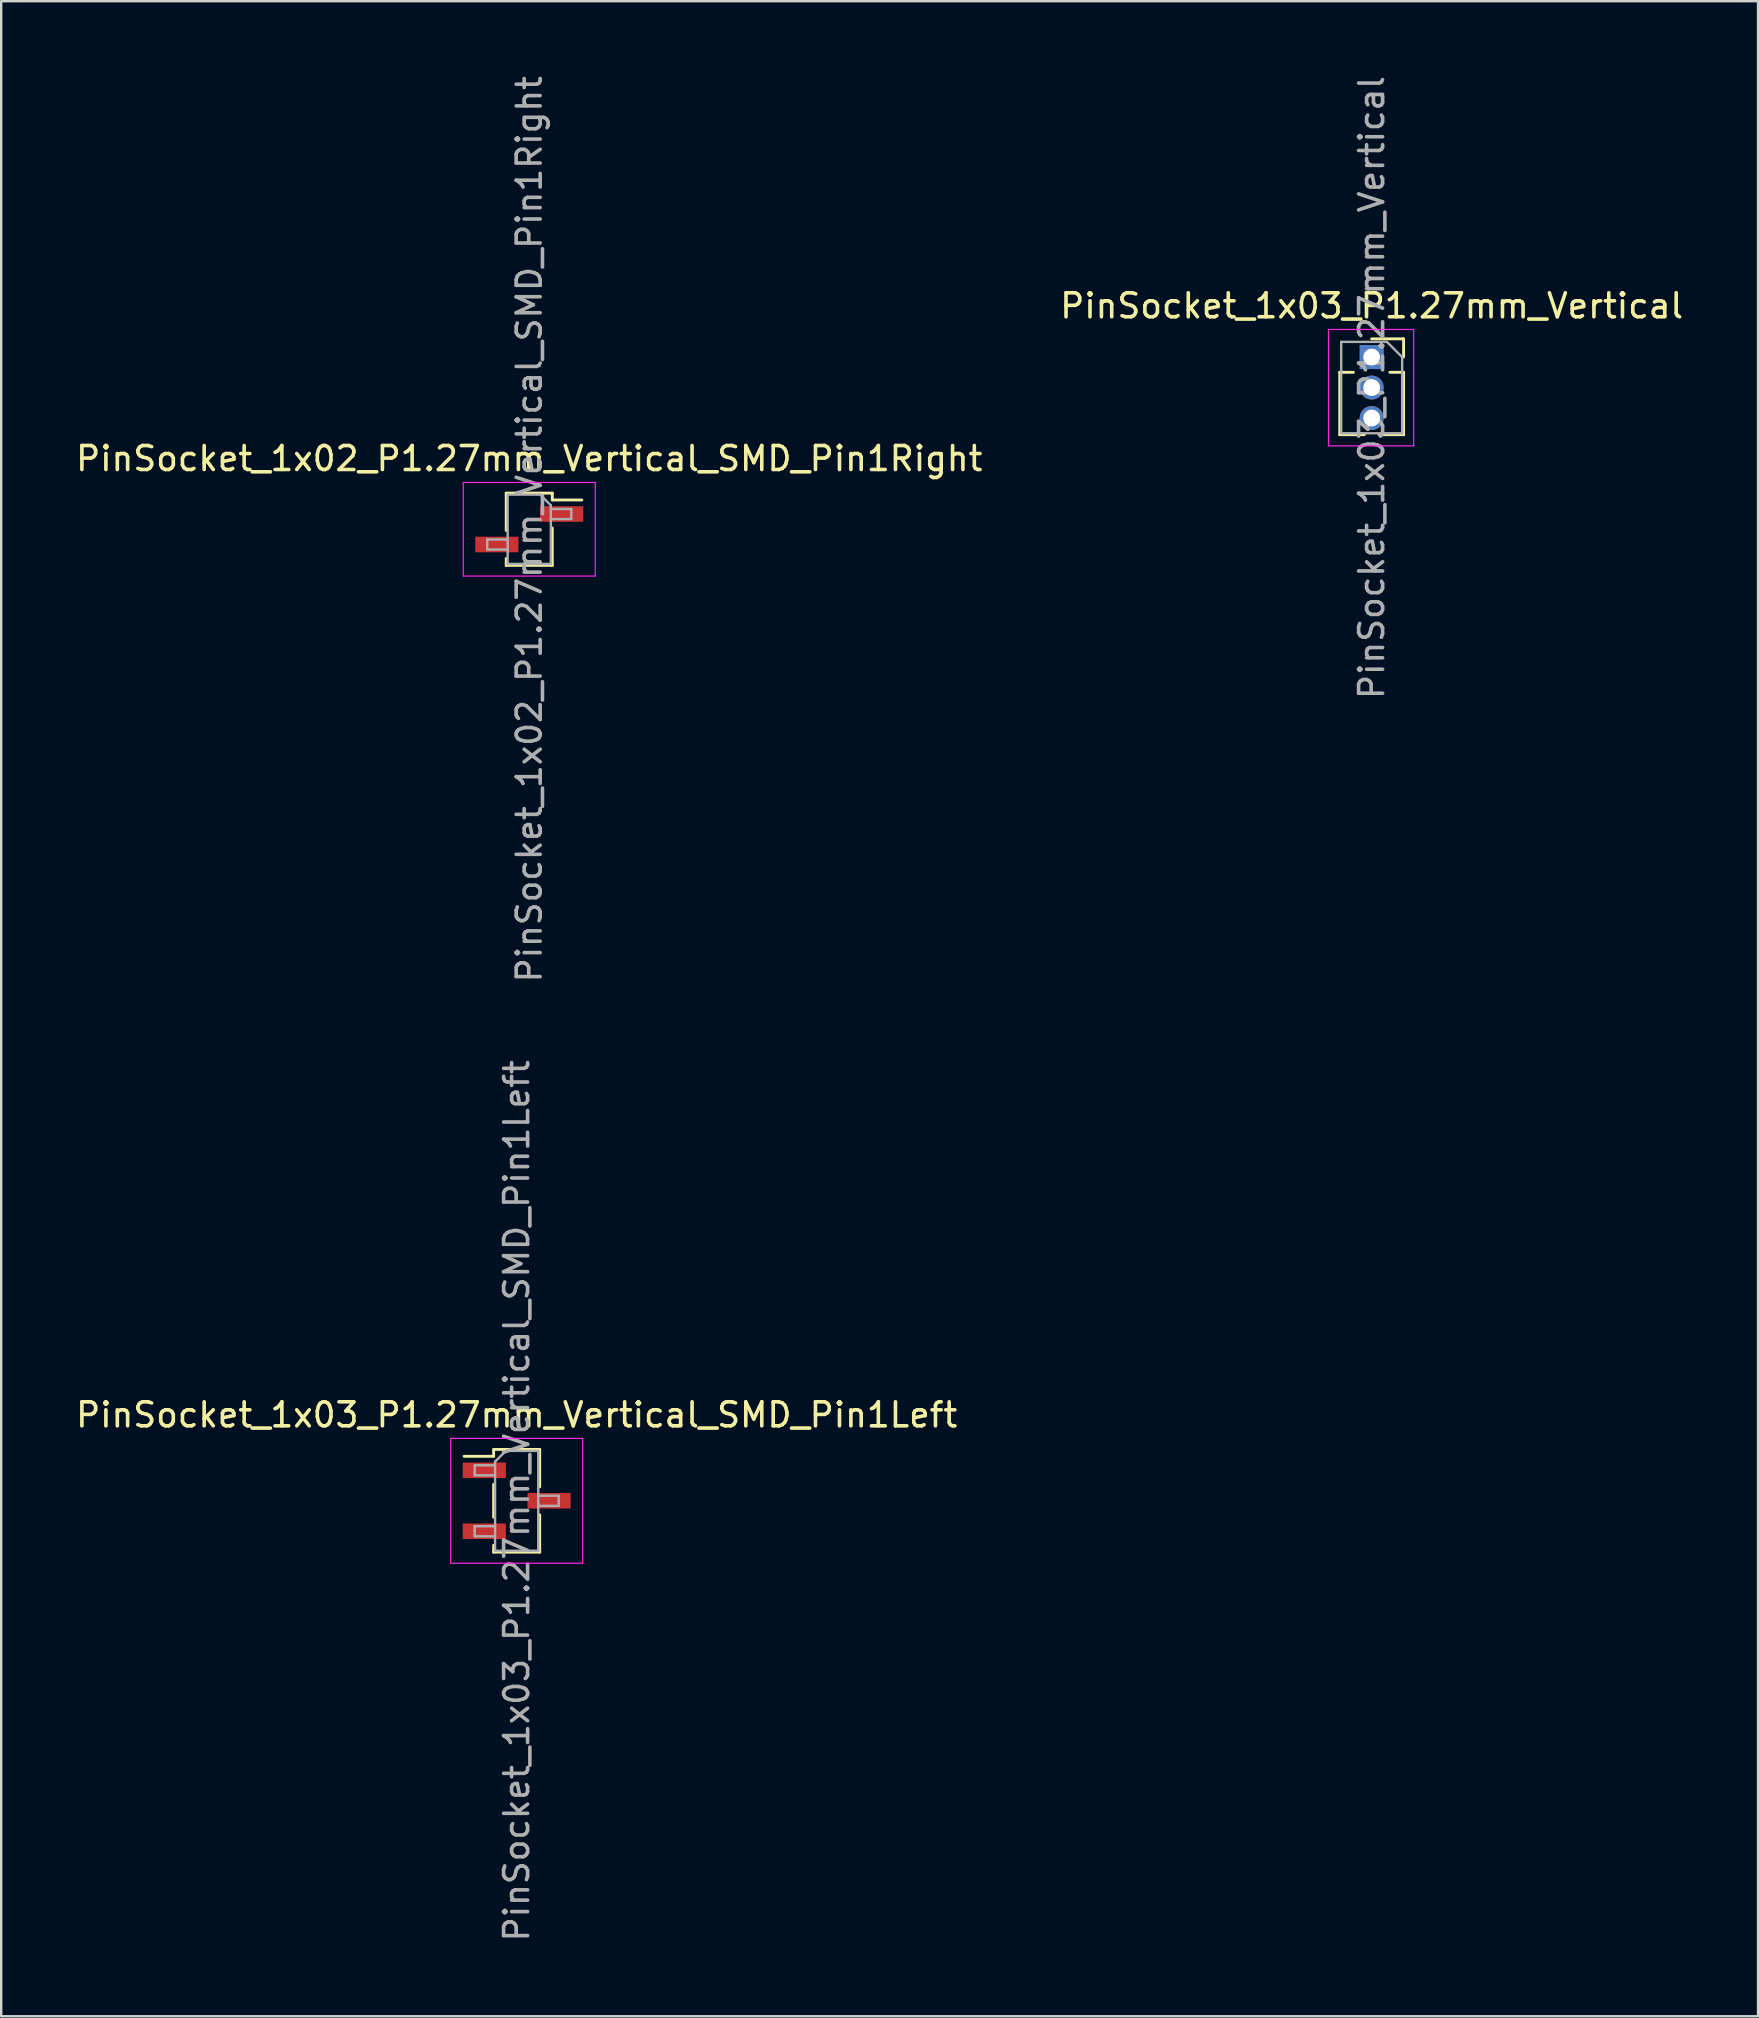
<source format=kicad_pcb>
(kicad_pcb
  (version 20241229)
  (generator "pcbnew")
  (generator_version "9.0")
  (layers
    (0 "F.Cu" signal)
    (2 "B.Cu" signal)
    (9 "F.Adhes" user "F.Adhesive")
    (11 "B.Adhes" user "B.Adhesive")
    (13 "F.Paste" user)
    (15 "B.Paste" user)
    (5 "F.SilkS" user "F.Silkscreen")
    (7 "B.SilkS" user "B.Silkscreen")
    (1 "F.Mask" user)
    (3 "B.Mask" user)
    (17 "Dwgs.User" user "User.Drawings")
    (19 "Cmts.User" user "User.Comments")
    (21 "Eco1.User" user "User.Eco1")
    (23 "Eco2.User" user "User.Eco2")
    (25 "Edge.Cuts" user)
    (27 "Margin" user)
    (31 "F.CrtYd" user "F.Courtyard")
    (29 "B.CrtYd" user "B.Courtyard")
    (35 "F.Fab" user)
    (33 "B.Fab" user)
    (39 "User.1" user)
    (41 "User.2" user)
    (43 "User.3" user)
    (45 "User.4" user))
  (footprint "PinSocket_1x03_P1.27mm_Vertical"
    (layer "F.Cu")
    (at 54.113 11.831)
    (property "Reference" "PinSocket_1x03_P1.27mm_Vertical" (at 0 -2.135 0) (layer "F.SilkS") (effects (font (size 1 1) (thickness 0.15))))
    (attr through_hole)
    (fp_line (start -1.33 0.635) (end -1.33 3.235) (stroke (width 0.12) (type solid)) (layer "F.SilkS"))
    (fp_line (start -1.33 0.635) (end -0.76 0.635) (stroke (width 0.12) (type solid)) (layer "F.SilkS"))
    (fp_line (start -1.33 3.235) (end -0.308 3.235) (stroke (width 0.12) (type solid)) (layer "F.SilkS"))
    (fp_line (start 0 -0.76) (end 1.33 -0.76) (stroke (width 0.12) (type solid)) (layer "F.SilkS"))
    (fp_line (start 0.308 3.235) (end 1.33 3.235) (stroke (width 0.12) (type solid)) (layer "F.SilkS"))
    (fp_line (start 0.76 0.635) (end 1.33 0.635) (stroke (width 0.12) (type solid)) (layer "F.SilkS"))
    (fp_line (start 1.33 -0.76) (end 1.33 0) (stroke (width 0.12) (type solid)) (layer "F.SilkS"))
    (fp_line (start 1.33 0.635) (end 1.33 3.235) (stroke (width 0.12) (type solid)) (layer "F.SilkS"))
    (fp_line (start -1.8 -1.15) (end 1.75 -1.15) (stroke (width 0.05) (type solid)) (layer "F.CrtYd"))
    (fp_line (start -1.8 3.7) (end -1.8 -1.15) (stroke (width 0.05) (type solid)) (layer "F.CrtYd"))
    (fp_line (start 1.75 -1.15) (end 1.75 3.7) (stroke (width 0.05) (type solid)) (layer "F.CrtYd"))
    (fp_line (start 1.75 3.7) (end -1.8 3.7) (stroke (width 0.05) (type solid)) (layer "F.CrtYd"))
    (fp_line (start -1.27 -0.635) (end 0.635 -0.635) (stroke (width 0.1) (type solid)) (layer "F.Fab"))
    (fp_line (start -1.27 3.175) (end -1.27 -0.635) (stroke (width 0.1) (type solid)) (layer "F.Fab"))
    (fp_line (start 0.635 -0.635) (end 1.27 0) (stroke (width 0.1) (type solid)) (layer "F.Fab"))
    (fp_line (start 1.27 0) (end 1.27 3.175) (stroke (width 0.1) (type solid)) (layer "F.Fab"))
    (fp_line (start 1.27 3.175) (end -1.27 3.175) (stroke (width 0.1) (type solid)) (layer "F.Fab"))
    (fp_text user "${REFERENCE}" (at 0 1.27 90) (layer "F.Fab") (effects (font (size 1 1) (thickness 0.15))))
    (pad "1" thru_hole rect (at 0 0) (size 1 1) (drill 0.7) (layers "*.Cu" "*.Mask"))
    (pad "2" thru_hole circle (at 0 1.27) (size 1 1) (drill 0.7) (layers "*.Cu" "*.Mask"))
    (pad "3" thru_hole circle (at 0 2.54) (size 1 1) (drill 0.7) (layers "*.Cu" "*.Mask")))
  (footprint "PinSocket_1x02_P1.27mm_Vertical_SMD_Pin1Right"
    (layer "F.Cu")
    (at 19.006 19.006)
    (property "Reference" "PinSocket_1x02_P1.27mm_Vertical_SMD_Pin1Right" (at 0 -2.945 0) (layer "F.SilkS") (effects (font (size 1 1) (thickness 0.15))))
    (attr smd)
    (fp_line (start -0.96 -1.505) (end -0.96 0.05) (stroke (width 0.12) (type solid)) (layer "F.SilkS"))
    (fp_line (start -0.96 -1.505) (end 0.96 -1.505) (stroke (width 0.12) (type solid)) (layer "F.SilkS"))
    (fp_line (start -0.96 1.22) (end -0.96 1.505) (stroke (width 0.12) (type solid)) (layer "F.SilkS"))
    (fp_line (start -0.96 1.505) (end 0.96 1.505) (stroke (width 0.12) (type solid)) (layer "F.SilkS"))
    (fp_line (start 0.96 -1.505) (end 0.96 -1.22) (stroke (width 0.12) (type solid)) (layer "F.SilkS"))
    (fp_line (start 0.96 -1.22) (end 2.19 -1.22) (stroke (width 0.12) (type solid)) (layer "F.SilkS"))
    (fp_line (start 0.96 -0.05) (end 0.96 1.505) (stroke (width 0.12) (type solid)) (layer "F.SilkS"))
    (fp_line (start -2.75 -1.95) (end 2.75 -1.95) (stroke (width 0.05) (type solid)) (layer "F.CrtYd"))
    (fp_line (start -2.75 1.95) (end -2.75 -1.95) (stroke (width 0.05) (type solid)) (layer "F.CrtYd"))
    (fp_line (start 2.75 -1.95) (end 2.75 1.95) (stroke (width 0.05) (type solid)) (layer "F.CrtYd"))
    (fp_line (start 2.75 1.95) (end -2.75 1.95) (stroke (width 0.05) (type solid)) (layer "F.CrtYd"))
    (fp_line (start -1.75 0.425) (end -0.9 0.425) (stroke (width 0.1) (type solid)) (layer "F.Fab"))
    (fp_line (start -1.75 0.845) (end -1.75 0.425) (stroke (width 0.1) (type solid)) (layer "F.Fab"))
    (fp_line (start -0.9 -1.445) (end 0.45 -1.445) (stroke (width 0.1) (type solid)) (layer "F.Fab"))
    (fp_line (start -0.9 0.845) (end -1.75 0.845) (stroke (width 0.1) (type solid)) (layer "F.Fab"))
    (fp_line (start -0.9 1.445) (end -0.9 -1.445) (stroke (width 0.1) (type solid)) (layer "F.Fab"))
    (fp_line (start 0.45 -1.445) (end 0.9 -0.995) (stroke (width 0.1) (type solid)) (layer "F.Fab"))
    (fp_line (start 0.9 -0.995) (end 0.9 1.445) (stroke (width 0.1) (type solid)) (layer "F.Fab"))
    (fp_line (start 0.9 -0.845) (end 1.75 -0.845) (stroke (width 0.1) (type solid)) (layer "F.Fab"))
    (fp_line (start 0.9 1.445) (end -0.9 1.445) (stroke (width 0.1) (type solid)) (layer "F.Fab"))
    (fp_line (start 1.75 -0.845) (end 1.75 -0.425) (stroke (width 0.1) (type solid)) (layer "F.Fab"))
    (fp_line (start 1.75 -0.425) (end 0.9 -0.425) (stroke (width 0.1) (type solid)) (layer "F.Fab"))
    (fp_text user "${REFERENCE}" (at 0 0 90) (layer "F.Fab") (effects (font (size 1 1) (thickness 0.15))))
    (pad "1" smd rect (at 1.35 -0.635) (size 1.8 0.65) (layers "F.Cu" "F.Mask" "F.Paste"))
    (pad "2" smd rect (at -1.35 0.635) (size 1.8 0.65) (layers "F.Cu" "F.Mask" "F.Paste")))
  (footprint "PinSocket_1x03_P1.27mm_Vertical_SMD_Pin1Left"
    (layer "F.Cu")
    (at 18.482 59.494)
    (property "Reference" "PinSocket_1x03_P1.27mm_Vertical_SMD_Pin1Left" (at 0 -3.58 0) (layer "F.SilkS") (effects (font (size 1 1) (thickness 0.15))))
    (attr smd)
    (fp_line (start -2.19 -1.855) (end -0.96 -1.855) (stroke (width 0.12) (type solid)) (layer "F.SilkS"))
    (fp_line (start -0.96 -2.14) (end -0.96 -1.855) (stroke (width 0.12) (type solid)) (layer "F.SilkS"))
    (fp_line (start -0.96 -2.14) (end 0.96 -2.14) (stroke (width 0.12) (type solid)) (layer "F.SilkS"))
    (fp_line (start -0.96 -0.685) (end -0.96 0.685) (stroke (width 0.12) (type solid)) (layer "F.SilkS"))
    (fp_line (start -0.96 1.855) (end -0.96 2.14) (stroke (width 0.12) (type solid)) (layer "F.SilkS"))
    (fp_line (start -0.96 2.14) (end 0.96 2.14) (stroke (width 0.12) (type solid)) (layer "F.SilkS"))
    (fp_line (start 0.96 -2.14) (end 0.96 -0.585) (stroke (width 0.12) (type solid)) (layer "F.SilkS"))
    (fp_line (start 0.96 0.585) (end 0.96 2.14) (stroke (width 0.12) (type solid)) (layer "F.SilkS"))
    (fp_line (start -2.75 -2.6) (end 2.75 -2.6) (stroke (width 0.05) (type solid)) (layer "F.CrtYd"))
    (fp_line (start -2.75 2.6) (end -2.75 -2.6) (stroke (width 0.05) (type solid)) (layer "F.CrtYd"))
    (fp_line (start 2.75 -2.6) (end 2.75 2.6) (stroke (width 0.05) (type solid)) (layer "F.CrtYd"))
    (fp_line (start 2.75 2.6) (end -2.75 2.6) (stroke (width 0.05) (type solid)) (layer "F.CrtYd"))
    (fp_line (start -1.75 -1.48) (end -0.9 -1.48) (stroke (width 0.1) (type solid)) (layer "F.Fab"))
    (fp_line (start -1.75 -1.06) (end -1.75 -1.48) (stroke (width 0.1) (type solid)) (layer "F.Fab"))
    (fp_line (start -1.75 1.06) (end -0.9 1.06) (stroke (width 0.1) (type solid)) (layer "F.Fab"))
    (fp_line (start -1.75 1.48) (end -1.75 1.06) (stroke (width 0.1) (type solid)) (layer "F.Fab"))
    (fp_line (start -0.9 -1.63) (end -0.45 -2.08) (stroke (width 0.1) (type solid)) (layer "F.Fab"))
    (fp_line (start -0.9 -1.06) (end -1.75 -1.06) (stroke (width 0.1) (type solid)) (layer "F.Fab"))
    (fp_line (start -0.9 1.48) (end -1.75 1.48) (stroke (width 0.1) (type solid)) (layer "F.Fab"))
    (fp_line (start -0.9 2.08) (end -0.9 -1.63) (stroke (width 0.1) (type solid)) (layer "F.Fab"))
    (fp_line (start -0.45 -2.08) (end 0.9 -2.08) (stroke (width 0.1) (type solid)) (layer "F.Fab"))
    (fp_line (start 0.9 -2.08) (end 0.9 2.08) (stroke (width 0.1) (type solid)) (layer "F.Fab"))
    (fp_line (start 0.9 -0.21) (end 1.75 -0.21) (stroke (width 0.1) (type solid)) (layer "F.Fab"))
    (fp_line (start 0.9 2.08) (end -0.9 2.08) (stroke (width 0.1) (type solid)) (layer "F.Fab"))
    (fp_line (start 1.75 -0.21) (end 1.75 0.21) (stroke (width 0.1) (type solid)) (layer "F.Fab"))
    (fp_line (start 1.75 0.21) (end 0.9 0.21) (stroke (width 0.1) (type solid)) (layer "F.Fab"))
    (fp_text user "${REFERENCE}" (at 0 0 90) (layer "F.Fab") (effects (font (size 1 1) (thickness 0.15))))
    (pad "1" smd rect (at -1.35 -1.27) (size 1.8 0.65) (layers "F.Cu" "F.Mask" "F.Paste"))
    (pad "2" smd rect (at 1.35 0) (size 1.8 0.65) (layers "F.Cu" "F.Mask" "F.Paste"))
    (pad "3" smd rect (at -1.35 1.27) (size 1.8 0.65) (layers "F.Cu" "F.Mask" "F.Paste")))
  (gr_rect
    (start -3 -3)
    (end 70.214 80.976)
    (stroke (width 0.1) (type default))
    (fill no)
    (layer "Edge.Cuts")))
</source>
